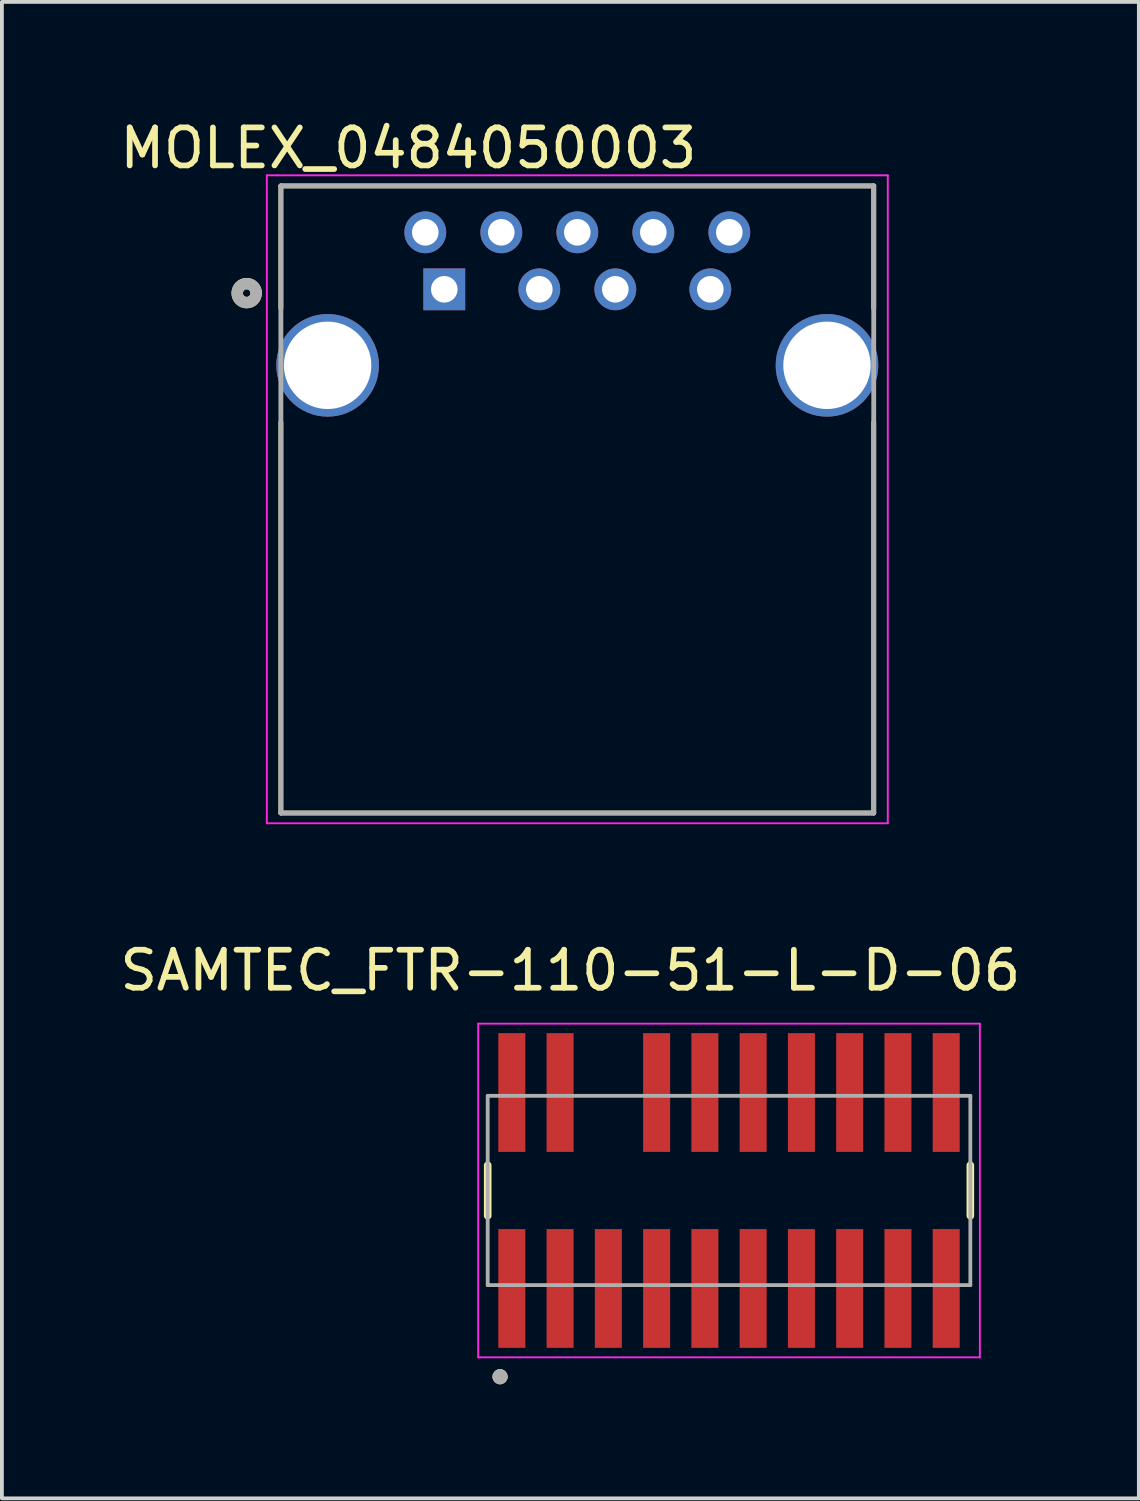
<source format=kicad_pcb>
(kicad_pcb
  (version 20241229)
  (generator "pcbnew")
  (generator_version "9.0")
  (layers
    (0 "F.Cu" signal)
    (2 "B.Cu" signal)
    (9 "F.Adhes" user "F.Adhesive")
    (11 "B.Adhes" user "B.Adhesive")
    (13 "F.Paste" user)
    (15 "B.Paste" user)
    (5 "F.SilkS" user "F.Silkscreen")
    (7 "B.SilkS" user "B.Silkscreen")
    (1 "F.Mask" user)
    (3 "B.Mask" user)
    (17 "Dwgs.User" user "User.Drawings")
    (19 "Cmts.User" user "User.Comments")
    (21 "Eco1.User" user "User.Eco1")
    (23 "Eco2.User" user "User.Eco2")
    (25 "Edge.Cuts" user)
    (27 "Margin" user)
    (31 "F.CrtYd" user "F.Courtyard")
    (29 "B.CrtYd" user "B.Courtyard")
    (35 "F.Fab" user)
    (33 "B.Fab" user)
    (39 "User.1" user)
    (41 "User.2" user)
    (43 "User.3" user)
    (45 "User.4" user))
  (footprint "MOLEX_0484050003"
    (layer "F.Cu")
    (at 12.141 6.563)
    (property "Reference" "MOLEX_0484050003" (at -4.445 -5.715 0) (layer "F.SilkS") (effects (font (size 1 1) (thickness 0.15))))
    (attr through_hole)
    (fp_line (start -7.8 -4.72) (end 7.8 -4.72) (stroke (width 0.127) (type solid)) (layer "F.SilkS"))
    (fp_line (start -7.8 -1.5) (end -7.8 -4.72) (stroke (width 0.127) (type solid)) (layer "F.SilkS"))
    (fp_line (start -7.8 11.78) (end -7.8 1.5) (stroke (width 0.127) (type solid)) (layer "F.SilkS"))
    (fp_line (start 7.8 -4.72) (end 7.8 -1.5) (stroke (width 0.127) (type solid)) (layer "F.SilkS"))
    (fp_line (start 7.8 1.5) (end 7.8 11.78) (stroke (width 0.127) (type solid)) (layer "F.SilkS"))
    (fp_line (start 7.8 11.78) (end -7.8 11.78) (stroke (width 0.127) (type solid)) (layer "F.SilkS"))
    (fp_circle (center -8.7 -1.9) (end -8.6 -1.9) (stroke (width 0.3) (type solid)) (fill no) (layer "F.SilkS"))
    (fp_line (start -8.17 -5) (end 8.17 -5) (stroke (width 0.05) (type solid)) (layer "F.CrtYd"))
    (fp_line (start -8.17 12.05) (end -8.17 -5) (stroke (width 0.05) (type solid)) (layer "F.CrtYd"))
    (fp_line (start 8.17 -5) (end 8.17 12.05) (stroke (width 0.05) (type solid)) (layer "F.CrtYd"))
    (fp_line (start 8.17 12.05) (end -8.17 12.05) (stroke (width 0.05) (type solid)) (layer "F.CrtYd"))
    (fp_line (start -7.8 -4.72) (end 7.8 -4.72) (stroke (width 0.127) (type solid)) (layer "F.Fab"))
    (fp_line (start -7.8 11.78) (end -7.8 -4.72) (stroke (width 0.127) (type solid)) (layer "F.Fab"))
    (fp_line (start 7.8 -4.72) (end 7.8 11.78) (stroke (width 0.127) (type solid)) (layer "F.Fab"))
    (fp_line (start 7.8 11.78) (end -7.8 11.78) (stroke (width 0.127) (type solid)) (layer "F.Fab"))
    (fp_circle (center -8.7 -1.9) (end -8.6 -1.9) (stroke (width 0.3) (type solid)) (fill no) (layer "F.Fab"))
    (pad "1" thru_hole rect (at -3.5 -2) (size 1.1 1.1) (drill 0.7) (layers "*.Cu" "*.Mask"))
    (pad "2" thru_hole circle (at -1 -2) (size 1.1 1.1) (drill 0.7) (layers "*.Cu" "*.Mask"))
    (pad "3" thru_hole circle (at 1 -2) (size 1.1 1.1) (drill 0.7) (layers "*.Cu" "*.Mask"))
    (pad "4" thru_hole circle (at 3.5 -2) (size 1.1 1.1) (drill 0.7) (layers "*.Cu" "*.Mask"))
    (pad "5" thru_hole circle (at 4 -3.5) (size 1.1 1.1) (drill 0.7) (layers "*.Cu" "*.Mask"))
    (pad "6" thru_hole circle (at 2 -3.5) (size 1.1 1.1) (drill 0.7) (layers "*.Cu" "*.Mask"))
    (pad "7" thru_hole circle (at 0 -3.5) (size 1.1 1.1) (drill 0.7) (layers "*.Cu" "*.Mask"))
    (pad "8" thru_hole circle (at -2 -3.5) (size 1.1 1.1) (drill 0.7) (layers "*.Cu" "*.Mask"))
    (pad "9" thru_hole circle (at -4 -3.5) (size 1.1 1.1) (drill 0.7) (layers "*.Cu" "*.Mask"))
    (pad "10" thru_hole circle (at -6.57 0) (size 2.7 2.7) (drill 2.3) (layers "*.Cu" "*.Mask"))
    (pad "10" thru_hole circle (at 6.57 0) (size 2.7 2.7) (drill 2.3) (layers "*.Cu" "*.Mask")))
  (footprint "SAMTEC_FTR-110-51-L-D-06"
    (layer "F.Cu")
    (at 16.133 28.276)
    (property "Reference" "SAMTEC_FTR-110-51-L-D-06" (at -4.175 -5.79 0) (layer "F.SilkS") (effects (font (size 1 1) (thickness 0.15))))
    (attr smd)
    (fp_line (start -6.35 0.665) (end -6.35 -0.665) (stroke (width 0.2) (type solid)) (layer "F.SilkS"))
    (fp_line (start 6.35 0.665) (end 6.35 -0.665) (stroke (width 0.2) (type solid)) (layer "F.SilkS"))
    (fp_circle (center -6.025 4.9) (end -5.925 4.9) (stroke (width 0.2) (type solid)) (fill no) (layer "F.SilkS"))
    (fp_line (start -6.6 -4.39) (end 6.6 -4.39) (stroke (width 0.05) (type solid)) (layer "F.CrtYd"))
    (fp_line (start -6.6 4.39) (end -6.6 -4.39) (stroke (width 0.05) (type solid)) (layer "F.CrtYd"))
    (fp_line (start 6.6 -4.39) (end 6.6 4.39) (stroke (width 0.05) (type solid)) (layer "F.CrtYd"))
    (fp_line (start 6.6 4.39) (end -6.6 4.39) (stroke (width 0.05) (type solid)) (layer "F.CrtYd"))
    (fp_line (start -6.35 -2.49) (end 6.35 -2.49) (stroke (width 0.1) (type solid)) (layer "F.Fab"))
    (fp_line (start -6.35 2.49) (end -6.35 -2.49) (stroke (width 0.1) (type solid)) (layer "F.Fab"))
    (fp_line (start 6.35 -2.49) (end 6.35 2.49) (stroke (width 0.1) (type solid)) (layer "F.Fab"))
    (fp_line (start 6.35 2.49) (end -6.35 2.49) (stroke (width 0.1) (type solid)) (layer "F.Fab"))
    (fp_circle (center -6.025 4.9) (end -5.925 4.9) (stroke (width 0.2) (type solid)) (fill no) (layer "F.Fab"))
    (pad "1" smd rect (at -5.715 2.578) (size 0.711 3.125) (layers "F.Cu" "F.Mask" "F.Paste"))
    (pad "2" smd rect (at -5.715 -2.578) (size 0.711 3.125) (layers "F.Cu" "F.Mask" "F.Paste"))
    (pad "3" smd rect (at -4.445 2.578) (size 0.711 3.125) (layers "F.Cu" "F.Mask" "F.Paste"))
    (pad "4" smd rect (at -4.445 -2.578) (size 0.711 3.125) (layers "F.Cu" "F.Mask" "F.Paste"))
    (pad "5" smd rect (at -3.175 2.578) (size 0.711 3.125) (layers "F.Cu" "F.Mask" "F.Paste"))
    (pad "7" smd rect (at -1.905 2.578) (size 0.711 3.125) (layers "F.Cu" "F.Mask" "F.Paste"))
    (pad "8" smd rect (at -1.905 -2.578) (size 0.711 3.125) (layers "F.Cu" "F.Mask" "F.Paste"))
    (pad "9" smd rect (at -0.635 2.578) (size 0.711 3.125) (layers "F.Cu" "F.Mask" "F.Paste"))
    (pad "10" smd rect (at -0.635 -2.578) (size 0.711 3.125) (layers "F.Cu" "F.Mask" "F.Paste"))
    (pad "11" smd rect (at 0.635 2.578) (size 0.711 3.125) (layers "F.Cu" "F.Mask" "F.Paste"))
    (pad "12" smd rect (at 0.635 -2.578) (size 0.711 3.125) (layers "F.Cu" "F.Mask" "F.Paste"))
    (pad "13" smd rect (at 1.905 2.578) (size 0.711 3.125) (layers "F.Cu" "F.Mask" "F.Paste"))
    (pad "14" smd rect (at 1.905 -2.578) (size 0.711 3.125) (layers "F.Cu" "F.Mask" "F.Paste"))
    (pad "15" smd rect (at 3.175 2.578) (size 0.711 3.125) (layers "F.Cu" "F.Mask" "F.Paste"))
    (pad "16" smd rect (at 3.175 -2.578) (size 0.711 3.125) (layers "F.Cu" "F.Mask" "F.Paste"))
    (pad "17" smd rect (at 4.445 2.578) (size 0.711 3.125) (layers "F.Cu" "F.Mask" "F.Paste"))
    (pad "18" smd rect (at 4.445 -2.578) (size 0.711 3.125) (layers "F.Cu" "F.Mask" "F.Paste"))
    (pad "19" smd rect (at 5.715 2.578) (size 0.711 3.125) (layers "F.Cu" "F.Mask" "F.Paste"))
    (pad "20" smd rect (at 5.715 -2.578) (size 0.711 3.125) (layers "F.Cu" "F.Mask" "F.Paste")))
  (gr_rect
    (start -3 -3)
    (end 26.917 36.377)
    (stroke (width 0.1) (type default))
    (fill no)
    (layer "Edge.Cuts")))
</source>
